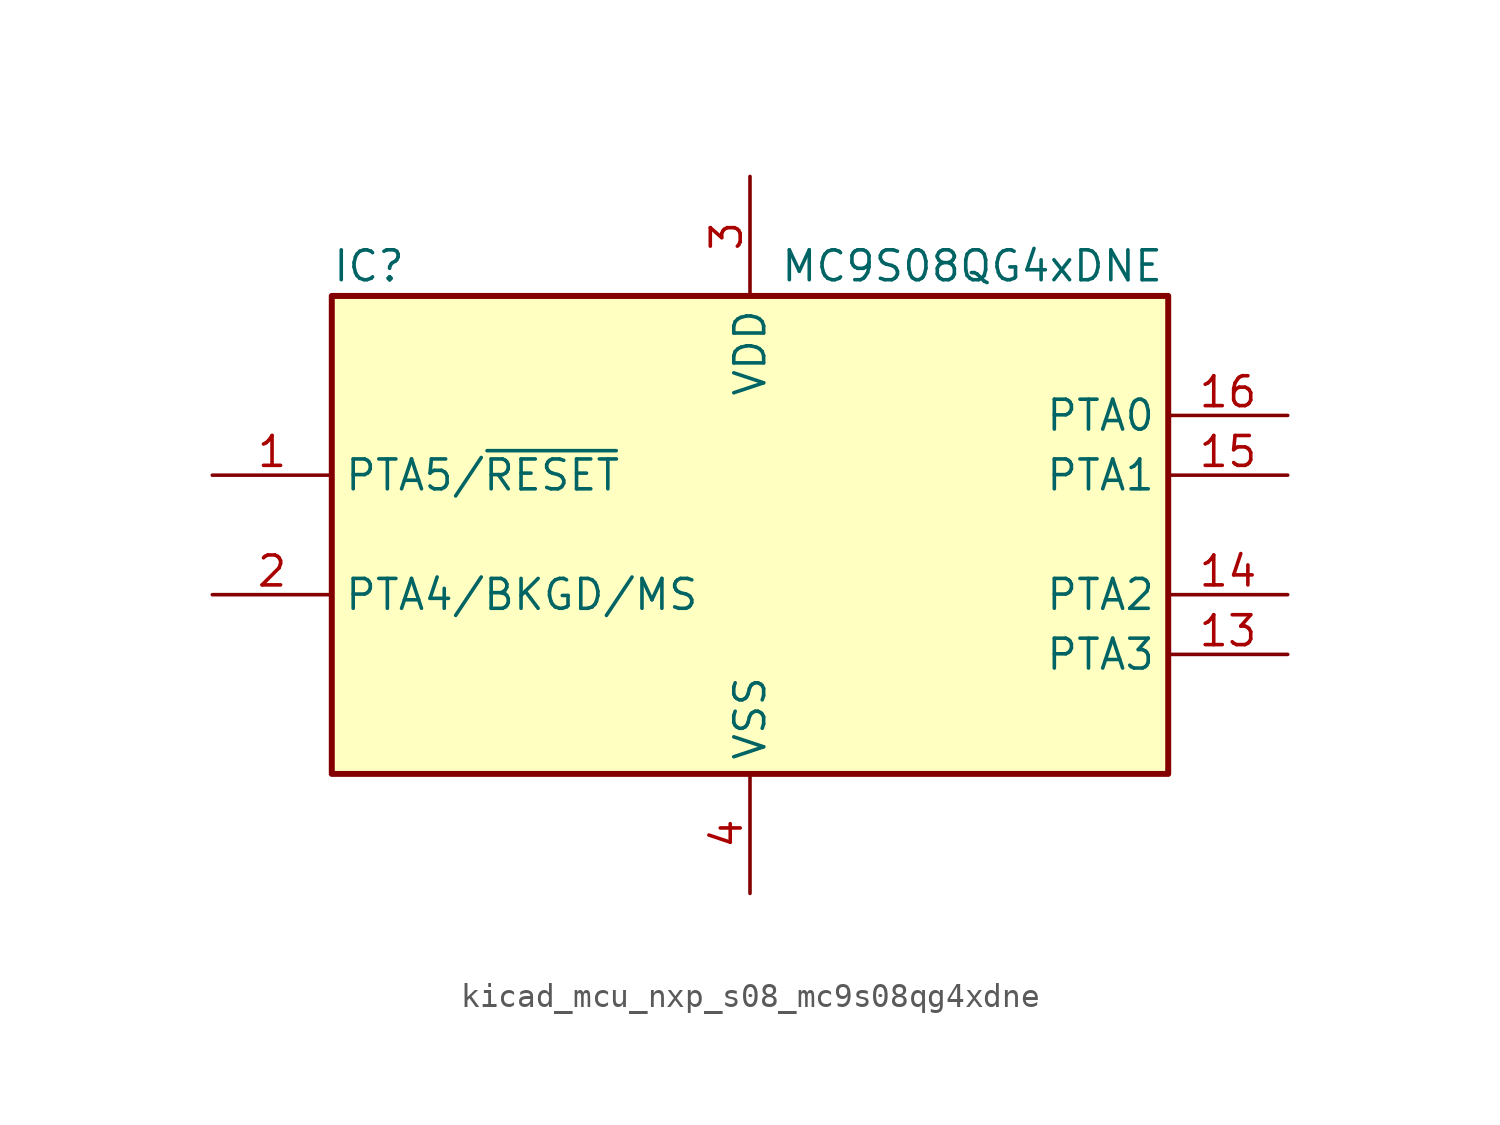
<source format=kicad_sym>
(kicad_symbol_lib
  (version 20220914)
  (generator kicad_symbol_editor)
  (symbol "kicad_mcu_nxp_s08_mc9s08qg4xdne"
    (property "Reference" "IC"
      (at -17.78 11.43 0)
      (effects (font (size 1.27 1.27)) (justify left)))
    (property "Value" "MC9S08QG4xDNE"
      (at 1.27 11.43 0)
      (effects (font (size 1.27 1.27)) (justify left)))
    (symbol "kicad_mcu_nxp_s08_mc9s08qg4xdne_0_1"
      (rectangle (start -17.78 10.16) (end 17.78 -10.16) (stroke (width 0.254) (type default)) (fill (type background))))
    (symbol "kicad_mcu_nxp_s08_mc9s08qg4xdne_1_1"
      (pin bidirectional line (at -22.86 2.54 0) (length 5.08) (name "PTA5/~{RESET}" (effects (font (size 1.27 1.27)))) (number "1" (effects (font (size 1.27 1.27)))))
      (pin bidirectional line (at 22.86 -5.08 180) (length 5.08) (name "PTA3" (effects (font (size 1.27 1.27)))) (number "13" (effects (font (size 1.27 1.27)))))
      (pin bidirectional line (at 22.86 -2.54 180) (length 5.08) (name "PTA2" (effects (font (size 1.27 1.27)))) (number "14" (effects (font (size 1.27 1.27)))))
      (pin bidirectional line (at 22.86 2.54 180) (length 5.08) (name "PTA1" (effects (font (size 1.27 1.27)))) (number "15" (effects (font (size 1.27 1.27)))))
      (pin bidirectional line (at 22.86 5.08 180) (length 5.08) (name "PTA0" (effects (font (size 1.27 1.27)))) (number "16" (effects (font (size 1.27 1.27)))))
      (pin bidirectional line (at -22.86 -2.54 0) (length 5.08) (name "PTA4/BKGD/MS" (effects (font (size 1.27 1.27)))) (number "2" (effects (font (size 1.27 1.27)))))
      (pin power_in line (at 0 15.24 270) (length 5.08) (name "VDD" (effects (font (size 1.27 1.27)))) (number "3" (effects (font (size 1.27 1.27)))))
      (pin power_in line (at 0 -15.24 90) (length 5.08) (name "VSS" (effects (font (size 1.27 1.27)))) (number "4" (effects (font (size 1.27 1.27))))))))
</source>
